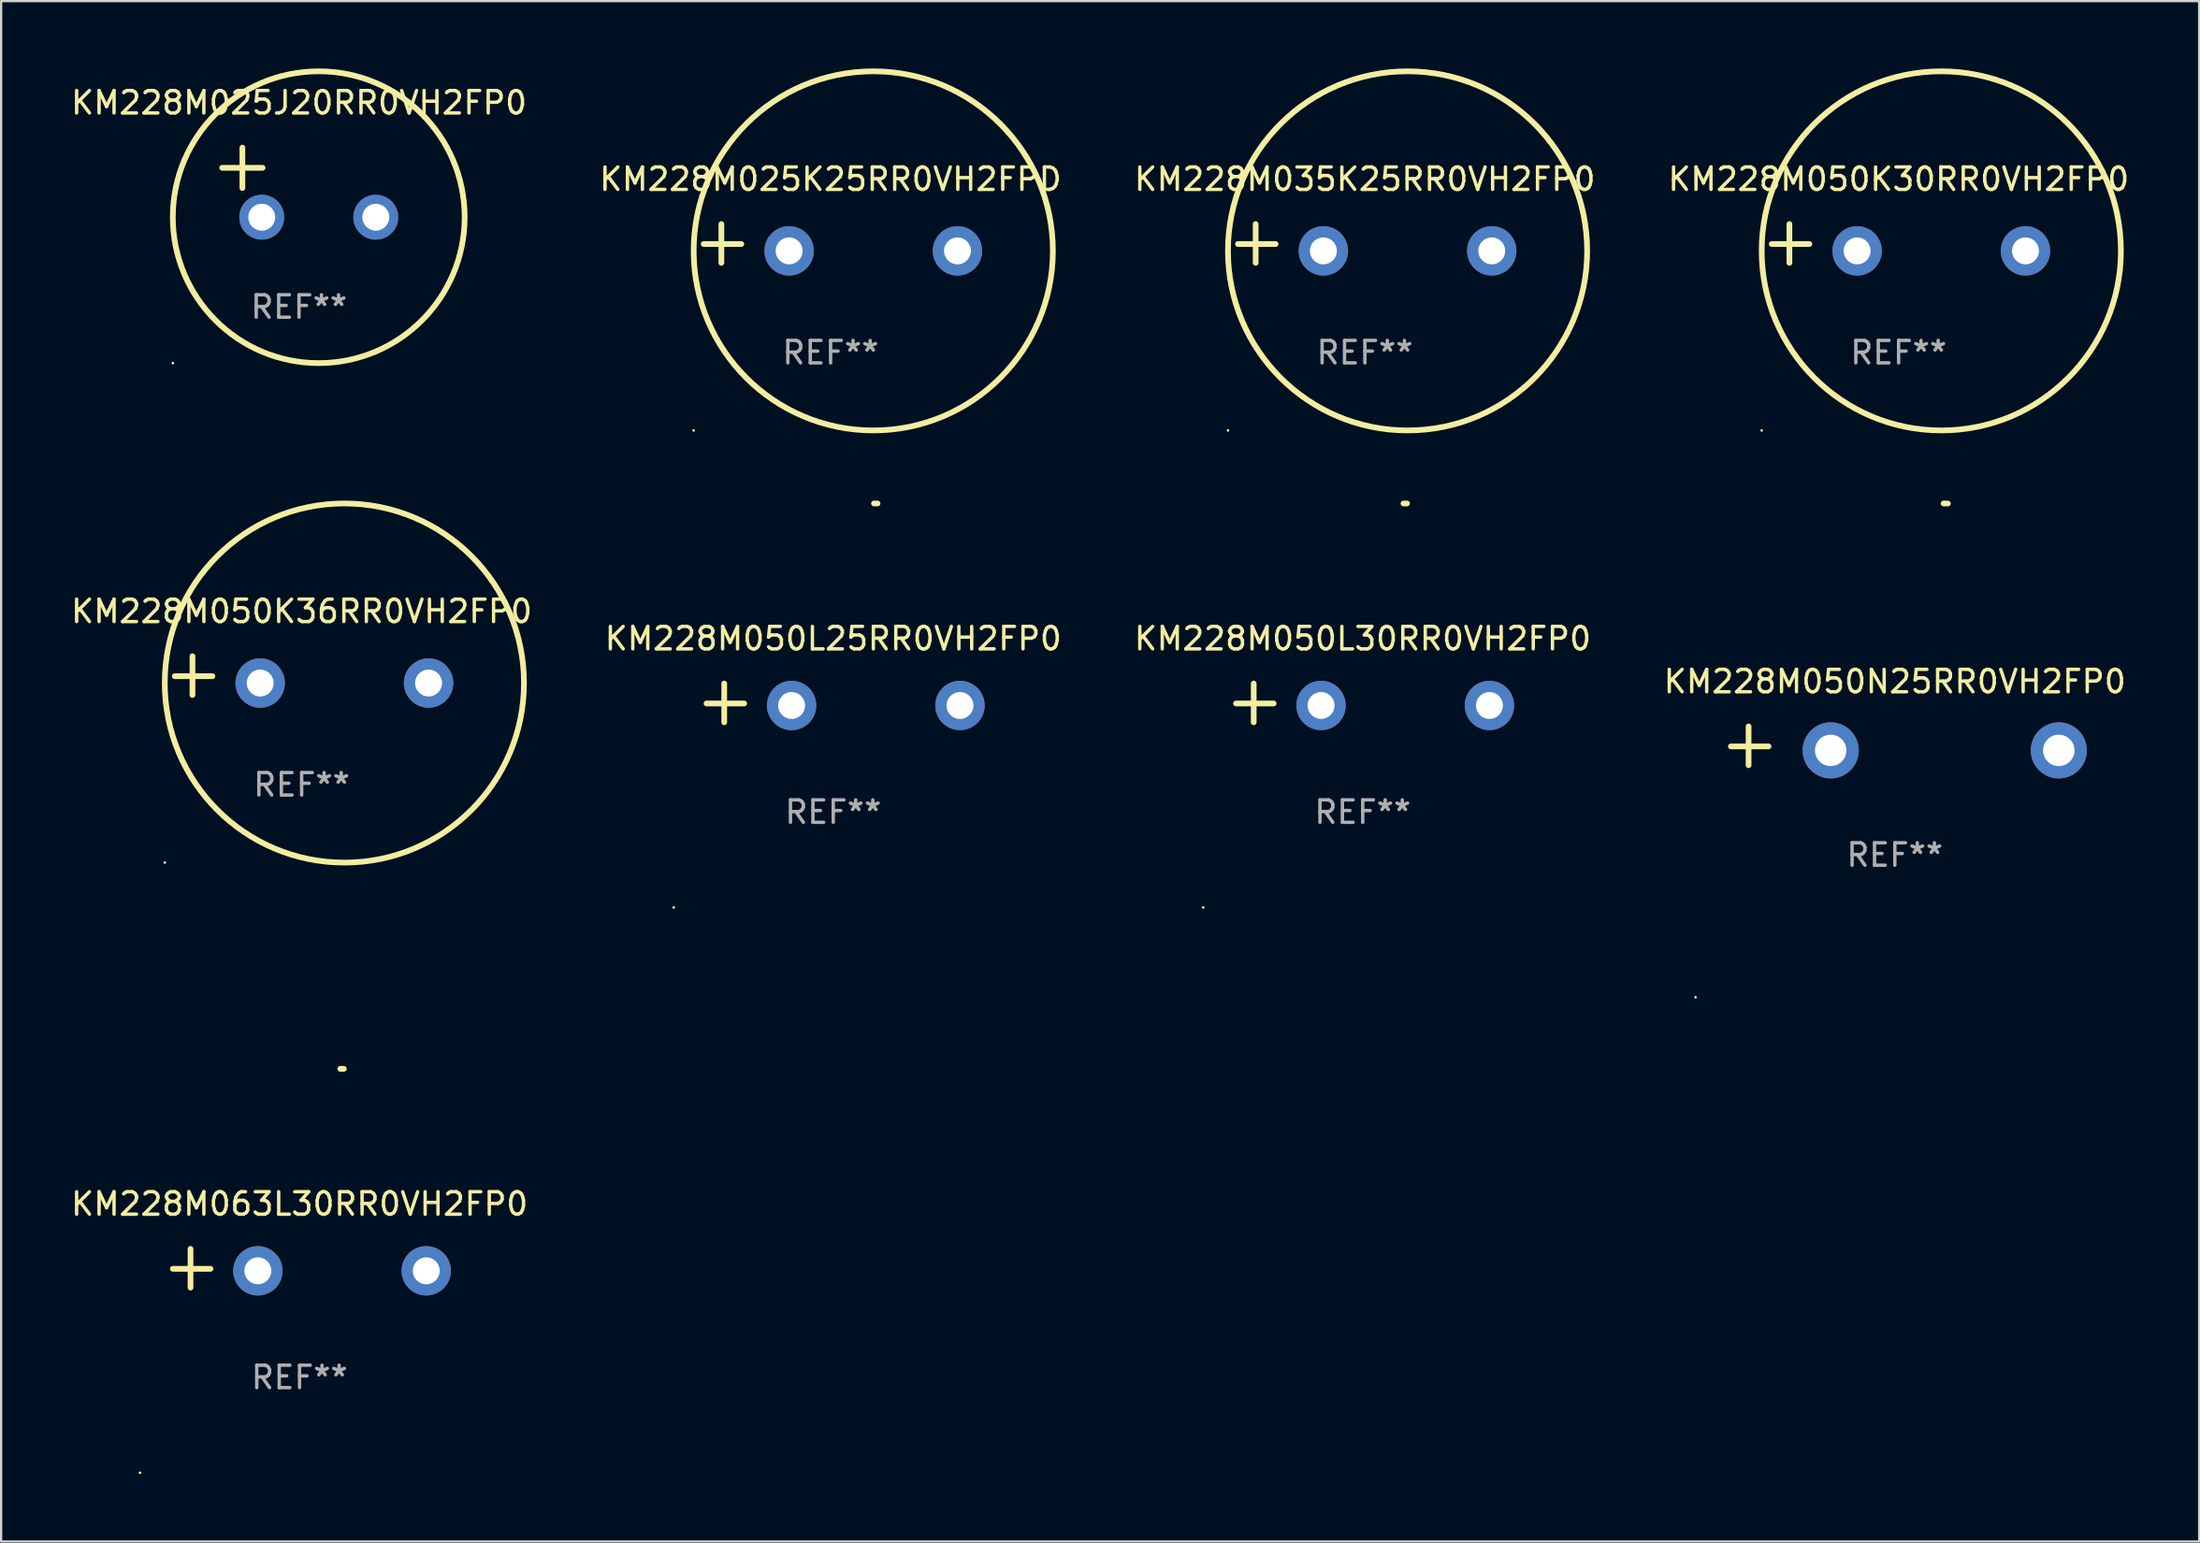
<source format=kicad_pcb>
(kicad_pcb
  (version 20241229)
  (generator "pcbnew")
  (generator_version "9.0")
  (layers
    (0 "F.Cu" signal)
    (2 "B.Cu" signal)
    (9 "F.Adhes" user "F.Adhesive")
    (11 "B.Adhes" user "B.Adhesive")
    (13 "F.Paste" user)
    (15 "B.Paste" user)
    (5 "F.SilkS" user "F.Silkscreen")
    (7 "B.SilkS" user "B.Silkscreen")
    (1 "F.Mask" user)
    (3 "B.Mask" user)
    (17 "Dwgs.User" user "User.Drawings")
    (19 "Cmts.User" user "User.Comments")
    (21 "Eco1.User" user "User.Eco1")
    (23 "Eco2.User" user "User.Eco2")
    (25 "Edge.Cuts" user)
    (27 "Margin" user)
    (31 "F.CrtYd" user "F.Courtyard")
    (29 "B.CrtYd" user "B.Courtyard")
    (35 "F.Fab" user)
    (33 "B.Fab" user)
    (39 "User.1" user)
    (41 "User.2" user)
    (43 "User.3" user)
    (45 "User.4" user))
  (footprint "KM228M050N25RR0VH2FP0"
    (layer "F.Cu")
    (at 81.351 30.179)
    (property "Reference" "KM228M050N25RR0VH2FP0" (at 0 -2.864 0) (layer "F.SilkS") (effects (font (size 1 1) (thickness 0.15))))
    (attr through_hole)
    (fp_line (start -6.515 0.864) (end -6.515 -0.864) (stroke (width 0.254) (type solid)) (layer "F.SilkS"))
    (fp_line (start -5.626 0.025) (end -7.303 0.025) (stroke (width 0.254) (type solid)) (layer "F.SilkS"))
    (fp_arc (start 2.171704 -10.797562) (mid 2.268229 -10.796706) (end 2.364744 -10.795022) (stroke (width 0.254001) (type solid)) (layer "F.SilkS"))
    (fp_circle (center -8.877 11.202) (end -8.847 11.202) (stroke (width 0.06) (type solid)) (fill no) (layer "F.SilkS"))
    (fp_text user "REF**" (at 0 4.864 0) (layer "F.Fab") (effects (font (size 1 1) (thickness 0.15))))
    (pad "1" thru_hole circle (at -2.858 0.203) (size 2.5 2.5) (drill 1.4) (layers "*.Cu" "*.Mask"))
    (pad "2" thru_hole circle (at 7.303 0.203) (size 2.5 2.5) (drill 1.4) (layers "*.Cu" "*.Mask")))
  (footprint "KM228M025K25RR0VH2FPD"
    (layer "F.Cu")
    (at 33.946 7.797)
    (property "Reference" "KM228M025K25RR0VH2FPD" (at 0 -2.864 0) (layer "F.SilkS") (effects (font (size 1 1) (thickness 0.15))))
    (attr through_hole)
    (fp_line (start -4.864 0.864) (end -4.864 -0.864) (stroke (width 0.254) (type solid)) (layer "F.SilkS"))
    (fp_line (start -3.975 0.025) (end -5.652 0.025) (stroke (width 0.254) (type solid)) (layer "F.SilkS"))
    (fp_circle (center -6.098 8.33) (end -6.068 8.33) (stroke (width 0.06) (type solid)) (fill no) (layer "F.SilkS"))
    (fp_circle (center 1.902 0.33) (end 9.902 0.33) (stroke (width 0.254) (type solid)) (fill no) (layer "F.SilkS"))
    (fp_text user "REF**" (at 0 4.864 0) (layer "F.Fab") (effects (font (size 1 1) (thickness 0.15))))
    (pad "1" thru_hole circle (at -1.848 0.33) (size 2.2 2.2) (drill 1.2) (layers "*.Cu" "*.Mask"))
    (pad "2" thru_hole circle (at 5.652 0.33) (size 2.2 2.2) (drill 1.2) (layers "*.Cu" "*.Mask")))
  (footprint "KM228M050K30RR0VH2FP0"
    (layer "F.Cu")
    (at 81.518 7.797)
    (property "Reference" "KM228M050K30RR0VH2FP0" (at 0 -2.864 0) (layer "F.SilkS") (effects (font (size 1 1) (thickness 0.15))))
    (attr through_hole)
    (fp_line (start -4.864 0.864) (end -4.864 -0.864) (stroke (width 0.254) (type solid)) (layer "F.SilkS"))
    (fp_line (start -3.975 0.025) (end -5.652 0.025) (stroke (width 0.254) (type solid)) (layer "F.SilkS"))
    (fp_circle (center -6.098 8.33) (end -6.068 8.33) (stroke (width 0.06) (type solid)) (fill no) (layer "F.SilkS"))
    (fp_circle (center 1.902 0.33) (end 9.902 0.33) (stroke (width 0.254) (type solid)) (fill no) (layer "F.SilkS"))
    (fp_text user "REF**" (at 0 4.864 0) (layer "F.Fab") (effects (font (size 1 1) (thickness 0.15))))
    (pad "1" thru_hole circle (at -1.848 0.33) (size 2.2 2.2) (drill 1.2) (layers "*.Cu" "*.Mask"))
    (pad "2" thru_hole circle (at 5.652 0.33) (size 2.2 2.2) (drill 1.2) (layers "*.Cu" "*.Mask")))
  (footprint "KM228M050L30RR0VH2FP0"
    (layer "F.Cu")
    (at 57.649 28.267)
    (property "Reference" "KM228M050L30RR0VH2FP0" (at 0 -2.864 0) (layer "F.SilkS") (effects (font (size 1 1) (thickness 0.15))))
    (attr through_hole)
    (fp_line (start -4.856 0.864) (end -4.856 -0.864) (stroke (width 0.254) (type solid)) (layer "F.SilkS"))
    (fp_line (start -3.967 0.025) (end -5.644 0.025) (stroke (width 0.254) (type solid)) (layer "F.SilkS"))
    (fp_arc (start 1.815024 -8.885649) (mid 1.893764 -8.88599) (end 1.972504 -8.885649) (stroke (width 0.254001) (type solid)) (layer "F.SilkS"))
    (fp_circle (center -7.106 9.114) (end -7.076 9.114) (stroke (width 0.06) (type solid)) (fill no) (layer "F.SilkS"))
    (fp_text user "REF**" (at 0 4.864 0) (layer "F.Fab") (effects (font (size 1 1) (thickness 0.15))))
    (pad "1" thru_hole circle (at -1.856 0.114) (size 2.2 2.2) (drill 1.2) (layers "*.Cu" "*.Mask"))
    (pad "2" thru_hole circle (at 5.644 0.114) (size 2.2 2.2) (drill 1.2) (layers "*.Cu" "*.Mask")))
  (footprint "KM228M050L25RR0VH2FP0"
    (layer "F.Cu")
    (at 34.065 28.267)
    (property "Reference" "KM228M050L25RR0VH2FP0" (at 0 -2.864 0) (layer "F.SilkS") (effects (font (size 1 1) (thickness 0.15))))
    (attr through_hole)
    (fp_line (start -4.856 0.864) (end -4.856 -0.864) (stroke (width 0.254) (type solid)) (layer "F.SilkS"))
    (fp_line (start -3.967 0.025) (end -5.644 0.025) (stroke (width 0.254) (type solid)) (layer "F.SilkS"))
    (fp_arc (start 1.815024 -8.885649) (mid 1.893764 -8.88599) (end 1.972504 -8.885649) (stroke (width 0.254001) (type solid)) (layer "F.SilkS"))
    (fp_circle (center -7.106 9.114) (end -7.076 9.114) (stroke (width 0.06) (type solid)) (fill no) (layer "F.SilkS"))
    (fp_text user "REF**" (at 0 4.864 0) (layer "F.Fab") (effects (font (size 1 1) (thickness 0.15))))
    (pad "1" thru_hole circle (at -1.856 0.114) (size 2.2 2.2) (drill 1.2) (layers "*.Cu" "*.Mask"))
    (pad "2" thru_hole circle (at 5.644 0.114) (size 2.2 2.2) (drill 1.2) (layers "*.Cu" "*.Mask")))
  (footprint "KM228M035K25RR0VH2FP0"
    (layer "F.Cu")
    (at 57.744 7.797)
    (property "Reference" "KM228M035K25RR0VH2FP0" (at 0 -2.864 0) (layer "F.SilkS") (effects (font (size 1 1) (thickness 0.15))))
    (attr through_hole)
    (fp_line (start -4.864 0.864) (end -4.864 -0.864) (stroke (width 0.254) (type solid)) (layer "F.SilkS"))
    (fp_line (start -3.975 0.025) (end -5.652 0.025) (stroke (width 0.254) (type solid)) (layer "F.SilkS"))
    (fp_circle (center -6.098 8.33) (end -6.068 8.33) (stroke (width 0.06) (type solid)) (fill no) (layer "F.SilkS"))
    (fp_circle (center 1.902 0.33) (end 9.902 0.33) (stroke (width 0.254) (type solid)) (fill no) (layer "F.SilkS"))
    (fp_text user "REF**" (at 0 4.864 0) (layer "F.Fab") (effects (font (size 1 1) (thickness 0.15))))
    (pad "1" thru_hole circle (at -1.848 0.33) (size 2.2 2.2) (drill 1.2) (layers "*.Cu" "*.Mask"))
    (pad "2" thru_hole circle (at 5.652 0.33) (size 2.2 2.2) (drill 1.2) (layers "*.Cu" "*.Mask")))
  (footprint "KM228M063L30RR0VH2FP0"
    (layer "F.Cu")
    (at 10.292 53.454)
    (property "Reference" "KM228M063L30RR0VH2FP0" (at 0 -2.864 0) (layer "F.SilkS") (effects (font (size 1 1) (thickness 0.15))))
    (attr through_hole)
    (fp_line (start -4.856 0.864) (end -4.856 -0.864) (stroke (width 0.254) (type solid)) (layer "F.SilkS"))
    (fp_line (start -3.967 0.025) (end -5.644 0.025) (stroke (width 0.254) (type solid)) (layer "F.SilkS"))
    (fp_arc (start 1.815024 -8.885649) (mid 1.893764 -8.88599) (end 1.972504 -8.885649) (stroke (width 0.254001) (type solid)) (layer "F.SilkS"))
    (fp_circle (center -7.106 9.114) (end -7.076 9.114) (stroke (width 0.06) (type solid)) (fill no) (layer "F.SilkS"))
    (fp_text user "REF**" (at 0 4.864 0) (layer "F.Fab") (effects (font (size 1 1) (thickness 0.15))))
    (pad "1" thru_hole circle (at -1.856 0.114) (size 2.2 2.2) (drill 1.2) (layers "*.Cu" "*.Mask"))
    (pad "2" thru_hole circle (at 5.644 0.114) (size 2.2 2.2) (drill 1.2) (layers "*.Cu" "*.Mask")))
  (footprint "KM228M050K36RR0VH2FP0"
    (layer "F.Cu")
    (at 10.387 27.051)
    (property "Reference" "KM228M050K36RR0VH2FP0" (at 0 -2.864 0) (layer "F.SilkS") (effects (font (size 1 1) (thickness 0.15))))
    (attr through_hole)
    (fp_line (start -4.864 0.864) (end -4.864 -0.864) (stroke (width 0.254) (type solid)) (layer "F.SilkS"))
    (fp_line (start -3.975 0.025) (end -5.652 0.025) (stroke (width 0.254) (type solid)) (layer "F.SilkS"))
    (fp_circle (center -6.098 8.33) (end -6.068 8.33) (stroke (width 0.06) (type solid)) (fill no) (layer "F.SilkS"))
    (fp_circle (center 1.902 0.33) (end 9.902 0.33) (stroke (width 0.254) (type solid)) (fill no) (layer "F.SilkS"))
    (fp_text user "REF**" (at 0 4.864 0) (layer "F.Fab") (effects (font (size 1 1) (thickness 0.15))))
    (pad "1" thru_hole circle (at -1.848 0.33) (size 2.2 2.2) (drill 1.2) (layers "*.Cu" "*.Mask"))
    (pad "2" thru_hole circle (at 5.652 0.33) (size 2.2 2.2) (drill 1.2) (layers "*.Cu" "*.Mask")))
  (footprint "KM228M025J20RR0VH2FP0"
    (layer "F.Cu")
    (at 10.268 5.077)
    (property "Reference" "KM228M025J20RR0VH2FP0" (at 0 -3.55 0) (layer "F.SilkS") (effects (font (size 1 1) (thickness 0.15))))
    (attr through_hole)
    (fp_line (start -3.421 -0.65) (end -1.621 -0.65) (stroke (width 0.254) (type solid)) (layer "F.SilkS"))
    (fp_line (start -2.521 -1.55) (end -2.521 0.25) (stroke (width 0.254) (type solid)) (layer "F.SilkS"))
    (fp_circle (center -5.619 8.05) (end -5.589 8.05) (stroke (width 0.06) (type solid)) (fill no) (layer "F.SilkS"))
    (fp_circle (center 0.879 1.55) (end 7.379 1.55) (stroke (width 0.254) (type solid)) (fill no) (layer "F.SilkS"))
    (fp_text user "REF**" (at 0 5.55 0) (layer "F.Fab") (effects (font (size 1 1) (thickness 0.15))))
    (pad "1" thru_hole circle (at -1.659 1.55) (size 2 2) (drill 1.2) (layers "*.Cu" "*.Mask"))
    (pad "2" thru_hole circle (at 3.421 1.55) (size 2 2) (drill 1.2) (layers "*.Cu" "*.Mask")))
  (gr_rect
    (start -3 -3)
    (end 94.905 65.628)
    (stroke (width 0.1) (type default))
    (fill no)
    (layer "Edge.Cuts")))
</source>
